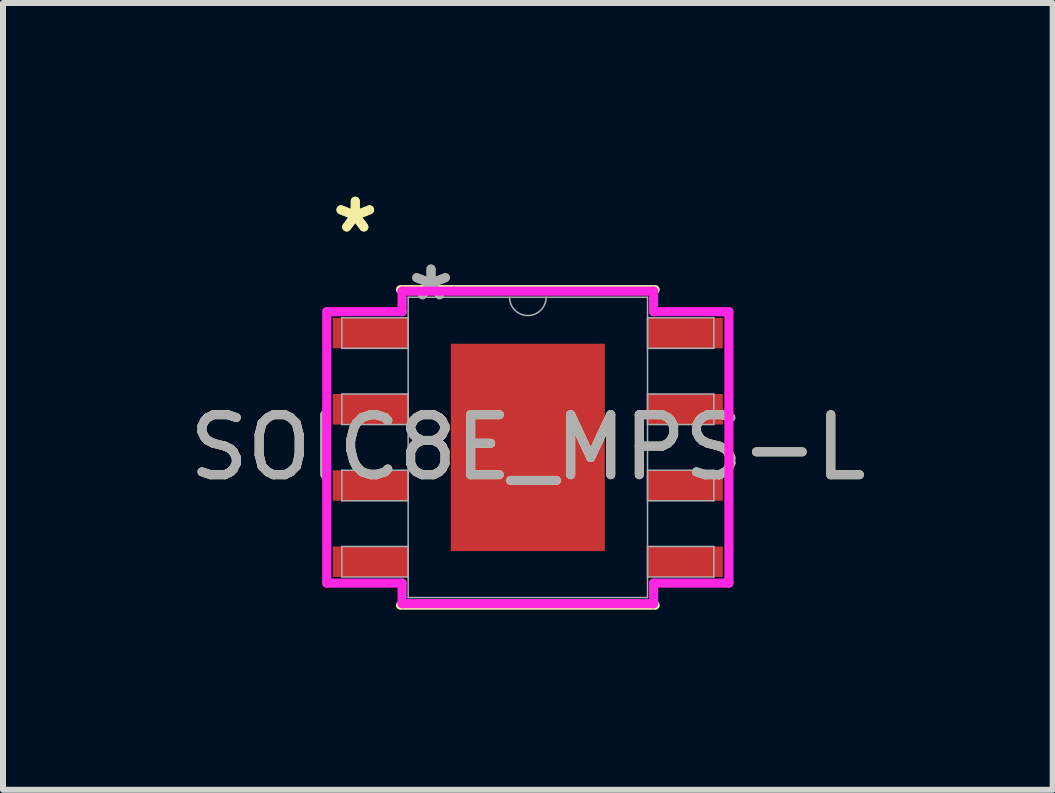
<source format=kicad_pcb>
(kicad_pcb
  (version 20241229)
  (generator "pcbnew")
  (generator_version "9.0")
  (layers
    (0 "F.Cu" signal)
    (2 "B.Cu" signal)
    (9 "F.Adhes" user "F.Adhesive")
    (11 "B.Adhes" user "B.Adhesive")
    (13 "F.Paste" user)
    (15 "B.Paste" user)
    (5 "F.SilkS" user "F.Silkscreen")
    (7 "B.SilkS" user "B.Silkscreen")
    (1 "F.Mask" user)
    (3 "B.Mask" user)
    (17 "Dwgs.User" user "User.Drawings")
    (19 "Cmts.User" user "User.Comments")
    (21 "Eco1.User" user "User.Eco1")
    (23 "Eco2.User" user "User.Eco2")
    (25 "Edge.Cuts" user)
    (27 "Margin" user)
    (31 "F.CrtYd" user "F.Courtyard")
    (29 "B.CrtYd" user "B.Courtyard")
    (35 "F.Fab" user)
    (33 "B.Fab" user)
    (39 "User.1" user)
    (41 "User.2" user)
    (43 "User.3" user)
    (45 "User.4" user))
  (footprint "SOIC8E_MPS-L"
    (layer "F.Cu")
    (at 5.744 4.404)
    (property "Reference" "SOIC8E_MPS-L" (at 0 0 0) (unlocked yes) (layer "F.SilkS") (effects (font (size 1 1) (thickness 0.15))))
    (attr smd)
    (fp_line (start -2.121 2.629) (end 2.121 2.629) (stroke (width 0.152) (type solid)) (layer "F.SilkS"))
    (fp_line (start 2.121 -2.629) (end -2.121 -2.629) (stroke (width 0.152) (type solid)) (layer "F.SilkS"))
    (fp_poly (pts (xy -1.183 -1.627) (xy -1.183 -0.1) (xy -0.1 -0.1) (xy -0.1 -1.627)) (stroke (width 0) (type solid)) (fill yes) (layer "F.Paste"))
    (fp_poly (pts (xy -1.183 0.1) (xy -1.183 1.627) (xy -0.1 1.627) (xy -0.1 0.1)) (stroke (width 0) (type solid)) (fill yes) (layer "F.Paste"))
    (fp_poly (pts (xy 0.1 -1.627) (xy 0.1 -0.1) (xy 1.183 -0.1) (xy 1.183 -1.627)) (stroke (width 0) (type solid)) (fill yes) (layer "F.Paste"))
    (fp_poly (pts (xy 0.1 0.1) (xy 0.1 1.627) (xy 1.183 1.627) (xy 1.183 0.1)) (stroke (width 0) (type solid)) (fill yes) (layer "F.Paste"))
    (fp_line (start -3.35 -2.261) (end -2.095 -2.261) (stroke (width 0.152) (type solid)) (layer "F.CrtYd"))
    (fp_line (start -3.35 2.261) (end -3.35 -2.261) (stroke (width 0.152) (type solid)) (layer "F.CrtYd"))
    (fp_line (start -3.35 2.261) (end -2.095 2.261) (stroke (width 0.152) (type solid)) (layer "F.CrtYd"))
    (fp_line (start -2.095 -2.603) (end 2.095 -2.603) (stroke (width 0.152) (type solid)) (layer "F.CrtYd"))
    (fp_line (start -2.095 -2.261) (end -2.095 -2.603) (stroke (width 0.152) (type solid)) (layer "F.CrtYd"))
    (fp_line (start -2.095 2.603) (end -2.095 2.261) (stroke (width 0.152) (type solid)) (layer "F.CrtYd"))
    (fp_line (start 2.095 -2.603) (end 2.095 -2.261) (stroke (width 0.152) (type solid)) (layer "F.CrtYd"))
    (fp_line (start 2.095 2.261) (end 2.095 2.603) (stroke (width 0.152) (type solid)) (layer "F.CrtYd"))
    (fp_line (start 2.095 2.603) (end -2.095 2.603) (stroke (width 0.152) (type solid)) (layer "F.CrtYd"))
    (fp_line (start 3.35 -2.261) (end 2.095 -2.261) (stroke (width 0.152) (type solid)) (layer "F.CrtYd"))
    (fp_line (start 3.35 -2.261) (end 3.35 2.261) (stroke (width 0.152) (type solid)) (layer "F.CrtYd"))
    (fp_line (start 3.35 2.261) (end 2.095 2.261) (stroke (width 0.152) (type solid)) (layer "F.CrtYd"))
    (fp_line (start -3.099 -2.159) (end -3.099 -1.651) (stroke (width 0.025) (type solid)) (layer "F.Fab"))
    (fp_line (start -3.099 -1.651) (end -1.994 -1.651) (stroke (width 0.025) (type solid)) (layer "F.Fab"))
    (fp_line (start -3.099 -0.889) (end -3.099 -0.381) (stroke (width 0.025) (type solid)) (layer "F.Fab"))
    (fp_line (start -3.099 -0.381) (end -1.994 -0.381) (stroke (width 0.025) (type solid)) (layer "F.Fab"))
    (fp_line (start -3.099 0.381) (end -3.099 0.889) (stroke (width 0.025) (type solid)) (layer "F.Fab"))
    (fp_line (start -3.099 0.889) (end -1.994 0.889) (stroke (width 0.025) (type solid)) (layer "F.Fab"))
    (fp_line (start -3.099 1.651) (end -3.099 2.159) (stroke (width 0.025) (type solid)) (layer "F.Fab"))
    (fp_line (start -3.099 2.159) (end -1.994 2.159) (stroke (width 0.025) (type solid)) (layer "F.Fab"))
    (fp_line (start -1.994 -2.502) (end -1.994 2.502) (stroke (width 0.025) (type solid)) (layer "F.Fab"))
    (fp_line (start -1.994 -2.159) (end -3.099 -2.159) (stroke (width 0.025) (type solid)) (layer "F.Fab"))
    (fp_line (start -1.994 -1.651) (end -1.994 -2.159) (stroke (width 0.025) (type solid)) (layer "F.Fab"))
    (fp_line (start -1.994 -0.889) (end -3.099 -0.889) (stroke (width 0.025) (type solid)) (layer "F.Fab"))
    (fp_line (start -1.994 -0.381) (end -1.994 -0.889) (stroke (width 0.025) (type solid)) (layer "F.Fab"))
    (fp_line (start -1.994 0.381) (end -3.099 0.381) (stroke (width 0.025) (type solid)) (layer "F.Fab"))
    (fp_line (start -1.994 0.889) (end -1.994 0.381) (stroke (width 0.025) (type solid)) (layer "F.Fab"))
    (fp_line (start -1.994 1.651) (end -3.099 1.651) (stroke (width 0.025) (type solid)) (layer "F.Fab"))
    (fp_line (start -1.994 2.159) (end -1.994 1.651) (stroke (width 0.025) (type solid)) (layer "F.Fab"))
    (fp_line (start -1.994 2.502) (end 1.994 2.502) (stroke (width 0.025) (type solid)) (layer "F.Fab"))
    (fp_line (start 1.994 -2.502) (end -1.994 -2.502) (stroke (width 0.025) (type solid)) (layer "F.Fab"))
    (fp_line (start 1.994 -2.159) (end 1.994 -1.651) (stroke (width 0.025) (type solid)) (layer "F.Fab"))
    (fp_line (start 1.994 -1.651) (end 3.099 -1.651) (stroke (width 0.025) (type solid)) (layer "F.Fab"))
    (fp_line (start 1.994 -0.889) (end 1.994 -0.381) (stroke (width 0.025) (type solid)) (layer "F.Fab"))
    (fp_line (start 1.994 -0.381) (end 3.099 -0.381) (stroke (width 0.025) (type solid)) (layer "F.Fab"))
    (fp_line (start 1.994 0.381) (end 1.994 0.889) (stroke (width 0.025) (type solid)) (layer "F.Fab"))
    (fp_line (start 1.994 0.889) (end 3.099 0.889) (stroke (width 0.025) (type solid)) (layer "F.Fab"))
    (fp_line (start 1.994 1.651) (end 1.994 2.159) (stroke (width 0.025) (type solid)) (layer "F.Fab"))
    (fp_line (start 1.994 2.159) (end 3.099 2.159) (stroke (width 0.025) (type solid)) (layer "F.Fab"))
    (fp_line (start 1.994 2.502) (end 1.994 -2.502) (stroke (width 0.025) (type solid)) (layer "F.Fab"))
    (fp_line (start 3.099 -2.159) (end 1.994 -2.159) (stroke (width 0.025) (type solid)) (layer "F.Fab"))
    (fp_line (start 3.099 -1.651) (end 3.099 -2.159) (stroke (width 0.025) (type solid)) (layer "F.Fab"))
    (fp_line (start 3.099 -0.889) (end 1.994 -0.889) (stroke (width 0.025) (type solid)) (layer "F.Fab"))
    (fp_line (start 3.099 -0.381) (end 3.099 -0.889) (stroke (width 0.025) (type solid)) (layer "F.Fab"))
    (fp_line (start 3.099 0.381) (end 1.994 0.381) (stroke (width 0.025) (type solid)) (layer "F.Fab"))
    (fp_line (start 3.099 0.889) (end 3.099 0.381) (stroke (width 0.025) (type solid)) (layer "F.Fab"))
    (fp_line (start 3.099 1.651) (end 1.994 1.651) (stroke (width 0.025) (type solid)) (layer "F.Fab"))
    (fp_line (start 3.099 2.159) (end 3.099 1.651) (stroke (width 0.025) (type solid)) (layer "F.Fab"))
    (fp_arc (start 0.3048 -2.5019) (mid 0 -2.1971) (end -0.3048 -2.5019) (stroke (width 0.0254) (type solid)) (layer "F.Fab"))
    (fp_text user "*" (at -2.875 -3.556 0) (layer "F.SilkS") (effects (font (size 1 1) (thickness 0.15))))
    (fp_text user "*" (at -2.875 -3.556 0) (unlocked yes) (layer "F.SilkS") (effects (font (size 1 1) (thickness 0.15))))
    (fp_text user "*" (at -1.613 -2.426 0) (unlocked yes) (layer "F.Fab") (effects (font (size 1 1) (thickness 0.15))))
    (fp_text user "${REFERENCE}" (at 0 0 0) (unlocked yes) (layer "F.Fab") (effects (font (size 1 1) (thickness 0.15))))
    (fp_text user "*" (at -1.613 -2.426 0) (layer "F.Fab") (effects (font (size 1 1) (thickness 0.15))))
    (pad "1" smd rect (at -2.621 -1.905) (size 1.255 0.508) (layers "F.Cu" "F.Mask" "F.Paste"))
    (pad "2" smd rect (at -2.621 -0.635) (size 1.255 0.508) (layers "F.Cu" "F.Mask" "F.Paste"))
    (pad "3" smd rect (at -2.621 0.635) (size 1.255 0.508) (layers "F.Cu" "F.Mask" "F.Paste"))
    (pad "4" smd rect (at -2.621 1.905) (size 1.255 0.508) (layers "F.Cu" "F.Mask" "F.Paste"))
    (pad "5" smd rect (at 2.621 1.905) (size 1.255 0.508) (layers "F.Cu" "F.Mask" "F.Paste"))
    (pad "6" smd rect (at 2.621 0.635) (size 1.255 0.508) (layers "F.Cu" "F.Mask" "F.Paste"))
    (pad "7" smd rect (at 2.621 -0.635) (size 1.255 0.508) (layers "F.Cu" "F.Mask" "F.Paste"))
    (pad "8" smd rect (at 2.621 -1.905) (size 1.255 0.508) (layers "F.Cu" "F.Mask" "F.Paste"))
    (pad "EPAD" smd rect (at 0 0) (size 2.565 3.454) (layers "F.Cu" "F.Mask")))
  (gr_rect
    (start -3 -3)
    (end 14.488 10.109)
    (stroke (width 0.1) (type default))
    (fill no)
    (layer "Edge.Cuts")))
</source>
